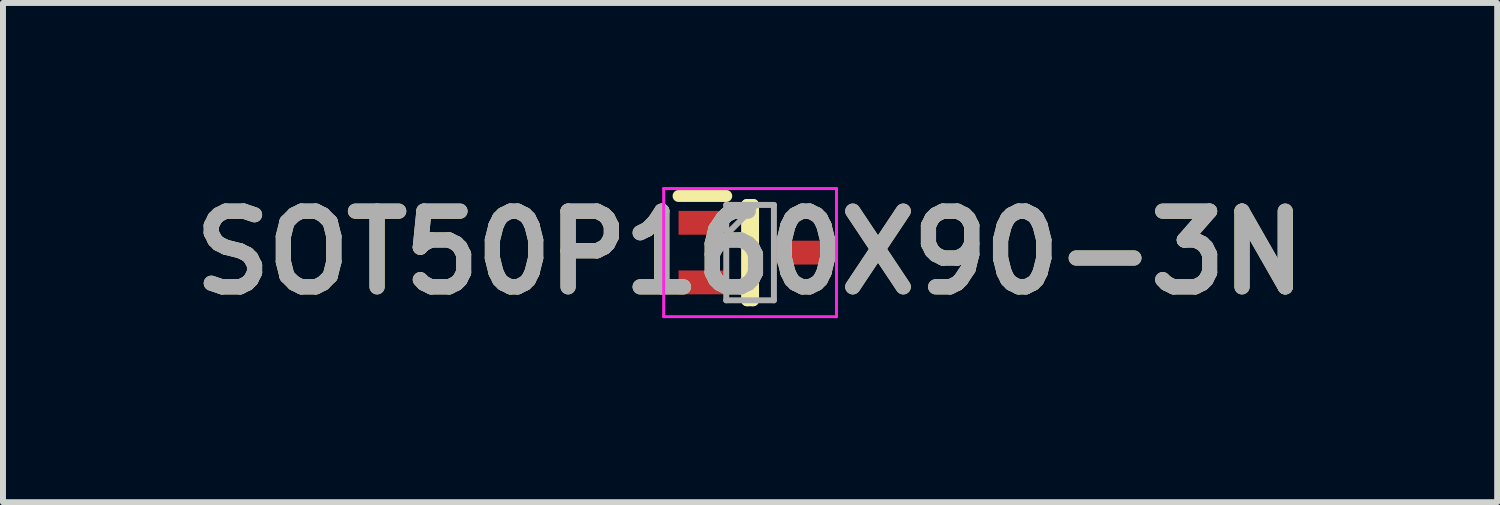
<source format=kicad_pcb>
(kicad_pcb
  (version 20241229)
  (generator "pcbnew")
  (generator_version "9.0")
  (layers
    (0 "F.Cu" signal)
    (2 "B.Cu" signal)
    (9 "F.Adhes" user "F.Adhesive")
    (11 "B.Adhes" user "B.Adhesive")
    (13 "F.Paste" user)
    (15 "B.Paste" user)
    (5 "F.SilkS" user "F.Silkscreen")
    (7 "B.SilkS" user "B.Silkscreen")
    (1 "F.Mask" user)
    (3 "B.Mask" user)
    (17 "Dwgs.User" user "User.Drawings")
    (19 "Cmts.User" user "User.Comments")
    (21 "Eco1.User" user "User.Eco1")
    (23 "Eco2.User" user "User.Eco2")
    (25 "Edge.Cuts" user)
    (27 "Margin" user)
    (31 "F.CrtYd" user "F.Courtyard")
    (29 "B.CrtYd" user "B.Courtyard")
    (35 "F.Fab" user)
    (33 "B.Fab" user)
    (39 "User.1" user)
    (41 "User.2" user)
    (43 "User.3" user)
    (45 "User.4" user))
  (footprint "SOT50P160X90-3N"
    (layer "F.Cu")
    (at 9.537 1.189)
    (property "Reference" "SOT50P160X90-3N" (at 0 0 0) (layer "F.SilkS") (effects (font (size 1.27 1.27) (thickness 0.254))))
    (attr smd)
    (fp_line (start -1.2 -0.95) (end -0.4 -0.95) (stroke (width 0.2) (type solid)) (layer "F.SilkS"))
    (fp_line (start -0.05 -0.8) (end 0.05 -0.8) (stroke (width 0.2) (type solid)) (layer "F.SilkS"))
    (fp_line (start -0.05 0.8) (end -0.05 -0.8) (stroke (width 0.2) (type solid)) (layer "F.SilkS"))
    (fp_line (start 0.05 -0.8) (end 0.05 0.8) (stroke (width 0.2) (type solid)) (layer "F.SilkS"))
    (fp_line (start 0.05 0.8) (end -0.05 0.8) (stroke (width 0.2) (type solid)) (layer "F.SilkS"))
    (fp_line (start -1.45 -1.075) (end 1.45 -1.075) (stroke (width 0.05) (type solid)) (layer "F.CrtYd"))
    (fp_line (start -1.45 1.075) (end -1.45 -1.075) (stroke (width 0.05) (type solid)) (layer "F.CrtYd"))
    (fp_line (start 1.45 -1.075) (end 1.45 1.075) (stroke (width 0.05) (type solid)) (layer "F.CrtYd"))
    (fp_line (start 1.45 1.075) (end -1.45 1.075) (stroke (width 0.05) (type solid)) (layer "F.CrtYd"))
    (fp_line (start -0.4 -0.8) (end 0.4 -0.8) (stroke (width 0.1) (type solid)) (layer "F.Fab"))
    (fp_line (start -0.4 -0.3) (end 0.1 -0.8) (stroke (width 0.1) (type solid)) (layer "F.Fab"))
    (fp_line (start -0.4 0.8) (end -0.4 -0.8) (stroke (width 0.1) (type solid)) (layer "F.Fab"))
    (fp_line (start 0.4 -0.8) (end 0.4 0.8) (stroke (width 0.1) (type solid)) (layer "F.Fab"))
    (fp_line (start 0.4 0.8) (end -0.4 0.8) (stroke (width 0.1) (type solid)) (layer "F.Fab"))
    (fp_text user "${REFERENCE}" (at 0 0 0) (layer "F.Fab") (effects (font (size 1.27 1.27) (thickness 0.254))))
    (pad "1" smd rect (at -0.8 -0.5 90) (size 0.4 0.8) (layers "F.Cu" "F.Mask" "F.Paste"))
    (pad "2" smd rect (at -0.8 0.5 90) (size 0.4 0.8) (layers "F.Cu" "F.Mask" "F.Paste"))
    (pad "3" smd rect (at 0.8 0 90) (size 0.4 0.8) (layers "F.Cu" "F.Mask" "F.Paste")))
  (gr_rect
    (start -3 -3)
    (end 22.074 5.377)
    (stroke (width 0.1) (type default))
    (fill no)
    (layer "Edge.Cuts")))
</source>
